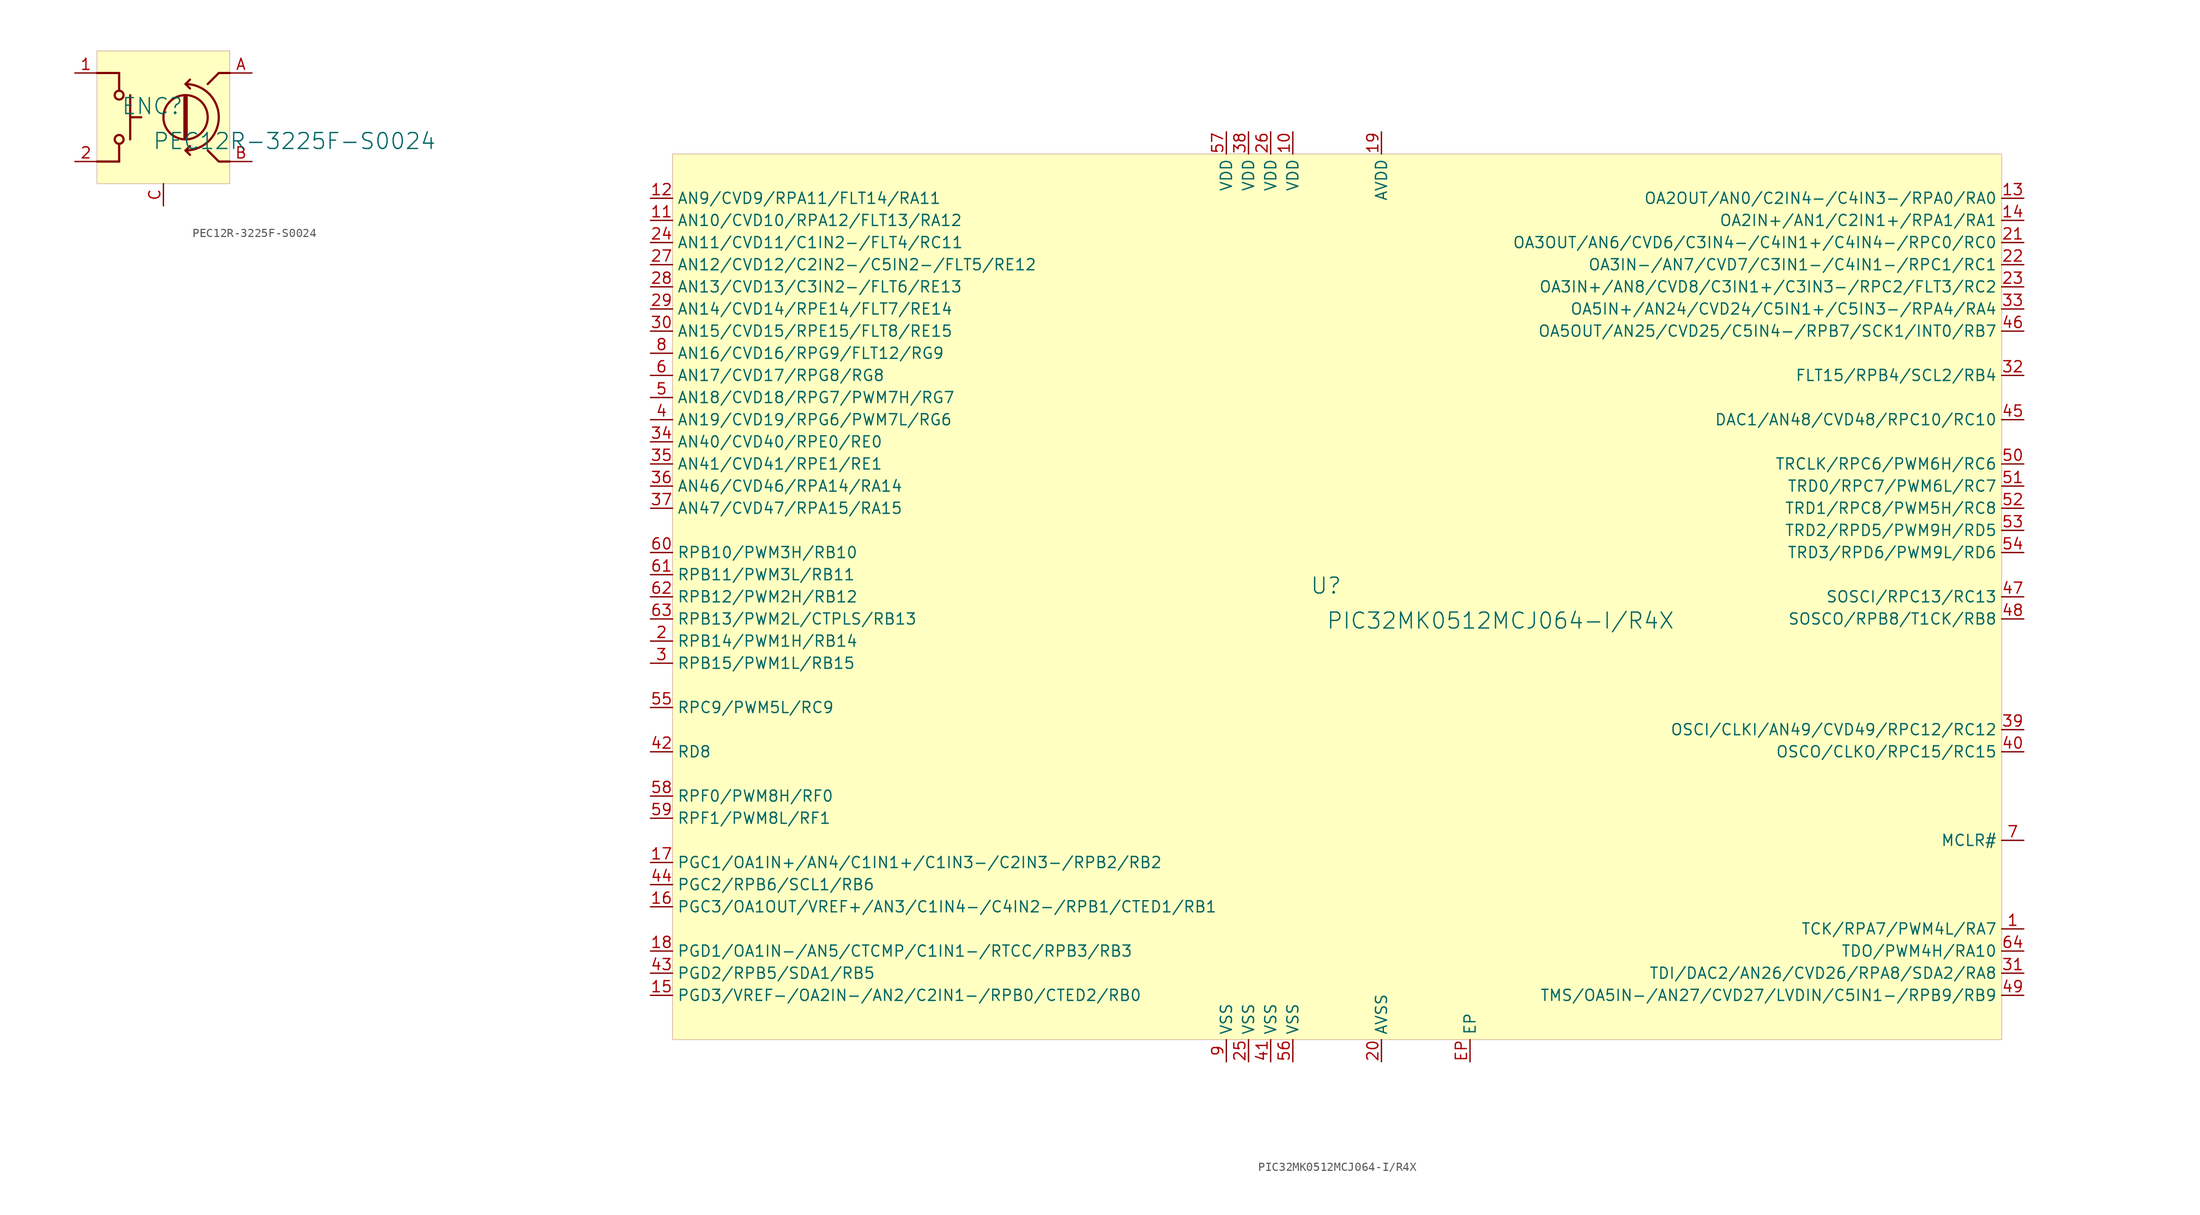
<source format=kicad_sym>
(kicad_symbol_lib
  (version 20231120)
  (generator "kicad_symbol_editor")
  (generator_version "8.0")
  (symbol "PEC12R-3225F-S0024"
    (property "Reference" "ENC"
      (at -1.27 1.27 0)
      (effects (font (size 1.829 1.829))))
    (property "Value" "PEC12R-3225F-S0024"
      (at -1.27 -3.81 0)
      (effects (font (size 1.829 1.829)) (justify left bottom)))
    (symbol "PEC12R-3225F-S0024_1_0"
      (circle (center -5.08 -2.54) (radius 0.508) (stroke (width 0.254) (type solid)) (fill (type none)))
      (circle (center -5.08 2.54) (radius 0.508) (stroke (width 0.254) (type solid)) (fill (type none)))
      (polyline (pts (xy -5.08 -5.08) (xy -7.62 -5.08)) (stroke (width 0.254) (type solid)) (fill (type none)))
      (polyline (pts (xy -5.08 -3.048) (xy -5.08 -5.08)) (stroke (width 0.254) (type solid)) (fill (type none)))
      (polyline (pts (xy -5.08 5.08) (xy -7.62 5.08)) (stroke (width 0.254) (type solid)) (fill (type none)))
      (polyline (pts (xy -5.08 5.08) (xy -5.08 3.048)) (stroke (width 0.254) (type solid)) (fill (type none)))
      (polyline (pts (xy -3.81 0) (xy -2.54 0)) (stroke (width 0.254) (type solid)) (fill (type none)))
      (polyline (pts (xy -3.81 2.54) (xy -3.81 -2.54)) (stroke (width 0.254) (type solid)) (fill (type none)))
      (polyline (pts (xy 2.54 -3.81) (xy 3.048 -3.302)) (stroke (width 0.254) (type solid)) (fill (type none)))
      (polyline (pts (xy 2.54 2.286) (xy 2.54 -2.286)) (stroke (width 0.508) (type solid)) (fill (type none)))
      (polyline (pts (xy 2.54 3.81) (xy 3.048 3.302)) (stroke (width 0.254) (type solid)) (fill (type none)))
      (polyline (pts (xy 2.54 3.81) (xy 3.048 4.318)) (stroke (width 0.254) (type solid)) (fill (type none)))
      (polyline (pts (xy 3.048 -4.318) (xy 2.54 -3.81)) (stroke (width 0.254) (type solid)) (fill (type none)))
      (polyline (pts (xy 6.35 5.08) (xy 5.08 3.81)) (stroke (width 0.254) (type solid)) (fill (type none)))
      (polyline (pts (xy 7.62 5.08) (xy 6.35 5.08)) (stroke (width 0.254) (type solid)) (fill (type none)))
      (polyline (pts (xy 7.62 -5.08) (xy 6.35 -5.08) (xy 5.08 -3.81)) (stroke (width 0.254) (type solid)) (fill (type none)))
      (arc (start 2.54 -3.81) (mid 6.35 0) (end 2.54 3.81) (stroke (width 0.254) (type solid)) (fill (type none)))
      (circle (center 2.54 0) (radius 2.54) (stroke (width 0.254) (type solid)) (fill (type none)))
      (rectangle (start 7.62 7.62) (end -7.62 -7.62) (stroke (width 0.025) (type solid) (color 128 0 0 1)) (fill (type background)))
      (pin passive line (at -10.16 5.08 0) (length 2.54) (name "1" (effects (font (size 0 0)))) (number "1" (effects (font (size 1.27 1.27)))))
      (pin passive line (at -10.16 -5.08 0) (length 2.54) (name "2" (effects (font (size 0 0)))) (number "2" (effects (font (size 1.27 1.27)))))
      (pin output line (at 10.16 5.08 180) (length 2.54) (name "A" (effects (font (size 0 0)))) (number "A" (effects (font (size 1.27 1.27)))))
      (pin output line (at 10.16 -5.08 180) (length 2.54) (name "B" (effects (font (size 0 0)))) (number "B" (effects (font (size 1.27 1.27)))))
      (pin power_in line (at 0 -10.16 90) (length 2.54) (name "GND" (effects (font (size 0 0)))) (number "C" (effects (font (size 1.27 1.27)))))))
  (symbol "PIC32MK0512MCJ064-I/R4X"
    (property "Reference" "U"
      (at -1.27 1.27 0)
      (effects (font (size 1.829 1.829))))
    (property "Value" "PIC32MK0512MCJ064-I/R4X"
      (at -1.27 -3.81 0)
      (effects (font (size 1.829 1.829)) (justify left bottom)))
    (symbol "PIC32MK0512MCJ064-I/R4X_1_0"
      (rectangle (start 76.2 50.8) (end -76.2 -50.8) (stroke (width 0.025) (type solid) (color 128 0 0 1)) (fill (type background)))
      (pin passive line (at 78.74 -38.1 180) (length 2.54) (name "TCK/RPA7/PWM4L/RA7" (effects (font (size 1.27 1.27)))) (number "1" (effects (font (size 1.27 1.27)))))
      (pin power_in line (at -5.08 53.34 270) (length 2.54) (name "VDD" (effects (font (size 1.27 1.27)))) (number "10" (effects (font (size 1.27 1.27)))))
      (pin passive line (at -78.74 43.18 0) (length 2.54) (name "AN10/CVD10/RPA12/FLT13/RA12" (effects (font (size 1.27 1.27)))) (number "11" (effects (font (size 1.27 1.27)))))
      (pin passive line (at -78.74 45.72 0) (length 2.54) (name "AN9/CVD9/RPA11/FLT14/RA11" (effects (font (size 1.27 1.27)))) (number "12" (effects (font (size 1.27 1.27)))))
      (pin passive line (at 78.74 45.72 180) (length 2.54) (name "OA2OUT/AN0/C2IN4-/C4IN3-/RPA0/RA0" (effects (font (size 1.27 1.27)))) (number "13" (effects (font (size 1.27 1.27)))))
      (pin passive line (at 78.74 43.18 180) (length 2.54) (name "OA2IN+/AN1/C2IN1+/RPA1/RA1" (effects (font (size 1.27 1.27)))) (number "14" (effects (font (size 1.27 1.27)))))
      (pin passive line (at -78.74 -45.72 0) (length 2.54) (name "PGD3/VREF-/OA2IN-/AN2/C2IN1-/RPB0/CTED2/RB0" (effects (font (size 1.27 1.27)))) (number "15" (effects (font (size 1.27 1.27)))))
      (pin passive line (at -78.74 -35.56 0) (length 2.54) (name "PGC3/OA1OUT/VREF+/AN3/C1IN4-/C4IN2-/RPB1/CTED1/RB1" (effects (font (size 1.27 1.27)))) (number "16" (effects (font (size 1.27 1.27)))))
      (pin passive line (at -78.74 -30.48 0) (length 2.54) (name "PGC1/OA1IN+/AN4/C1IN1+/C1IN3-/C2IN3-/RPB2/RB2" (effects (font (size 1.27 1.27)))) (number "17" (effects (font (size 1.27 1.27)))))
      (pin passive line (at -78.74 -40.64 0) (length 2.54) (name "PGD1/OA1IN-/AN5/CTCMP/C1IN1-/RTCC/RPB3/RB3" (effects (font (size 1.27 1.27)))) (number "18" (effects (font (size 1.27 1.27)))))
      (pin power_in line (at 5.08 53.34 270) (length 2.54) (name "AVDD" (effects (font (size 1.27 1.27)))) (number "19" (effects (font (size 1.27 1.27)))))
      (pin passive line (at -78.74 -5.08 0) (length 2.54) (name "RPB14/PWM1H/RB14" (effects (font (size 1.27 1.27)))) (number "2" (effects (font (size 1.27 1.27)))))
      (pin power_in line (at 5.08 -53.34 90) (length 2.54) (name "AVSS" (effects (font (size 1.27 1.27)))) (number "20" (effects (font (size 1.27 1.27)))))
      (pin passive line (at 78.74 40.64 180) (length 2.54) (name "OA3OUT/AN6/CVD6/C3IN4-/C4IN1+/C4IN4-/RPC0/RC0" (effects (font (size 1.27 1.27)))) (number "21" (effects (font (size 1.27 1.27)))))
      (pin passive line (at 78.74 38.1 180) (length 2.54) (name "OA3IN-/AN7/CVD7/C3IN1-/C4IN1-/RPC1/RC1" (effects (font (size 1.27 1.27)))) (number "22" (effects (font (size 1.27 1.27)))))
      (pin passive line (at 78.74 35.56 180) (length 2.54) (name "OA3IN+/AN8/CVD8/C3IN1+/C3IN3-/RPC2/FLT3/RC2" (effects (font (size 1.27 1.27)))) (number "23" (effects (font (size 1.27 1.27)))))
      (pin passive line (at -78.74 40.64 0) (length 2.54) (name "AN11/CVD11/C1IN2-/FLT4/RC11" (effects (font (size 1.27 1.27)))) (number "24" (effects (font (size 1.27 1.27)))))
      (pin power_in line (at -10.16 -53.34 90) (length 2.54) (name "VSS" (effects (font (size 1.27 1.27)))) (number "25" (effects (font (size 1.27 1.27)))))
      (pin power_in line (at -7.62 53.34 270) (length 2.54) (name "VDD" (effects (font (size 1.27 1.27)))) (number "26" (effects (font (size 1.27 1.27)))))
      (pin passive line (at -78.74 38.1 0) (length 2.54) (name "AN12/CVD12/C2IN2-/C5IN2-/FLT5/RE12" (effects (font (size 1.27 1.27)))) (number "27" (effects (font (size 1.27 1.27)))))
      (pin passive line (at -78.74 35.56 0) (length 2.54) (name "AN13/CVD13/C3IN2-/FLT6/RE13" (effects (font (size 1.27 1.27)))) (number "28" (effects (font (size 1.27 1.27)))))
      (pin passive line (at -78.74 33.02 0) (length 2.54) (name "AN14/CVD14/RPE14/FLT7/RE14" (effects (font (size 1.27 1.27)))) (number "29" (effects (font (size 1.27 1.27)))))
      (pin passive line (at -78.74 -7.62 0) (length 2.54) (name "RPB15/PWM1L/RB15" (effects (font (size 1.27 1.27)))) (number "3" (effects (font (size 1.27 1.27)))))
      (pin passive line (at -78.74 30.48 0) (length 2.54) (name "AN15/CVD15/RPE15/FLT8/RE15" (effects (font (size 1.27 1.27)))) (number "30" (effects (font (size 1.27 1.27)))))
      (pin passive line (at 78.74 -43.18 180) (length 2.54) (name "TDI/DAC2/AN26/CVD26/RPA8/SDA2/RA8" (effects (font (size 1.27 1.27)))) (number "31" (effects (font (size 1.27 1.27)))))
      (pin passive line (at 78.74 25.4 180) (length 2.54) (name "FLT15/RPB4/SCL2/RB4" (effects (font (size 1.27 1.27)))) (number "32" (effects (font (size 1.27 1.27)))))
      (pin passive line (at 78.74 33.02 180) (length 2.54) (name "OA5IN+/AN24/CVD24/C5IN1+/C5IN3-/RPA4/RA4" (effects (font (size 1.27 1.27)))) (number "33" (effects (font (size 1.27 1.27)))))
      (pin passive line (at -78.74 17.78 0) (length 2.54) (name "AN40/CVD40/RPE0/RE0" (effects (font (size 1.27 1.27)))) (number "34" (effects (font (size 1.27 1.27)))))
      (pin passive line (at -78.74 15.24 0) (length 2.54) (name "AN41/CVD41/RPE1/RE1" (effects (font (size 1.27 1.27)))) (number "35" (effects (font (size 1.27 1.27)))))
      (pin passive line (at -78.74 12.7 0) (length 2.54) (name "AN46/CVD46/RPA14/RA14" (effects (font (size 1.27 1.27)))) (number "36" (effects (font (size 1.27 1.27)))))
      (pin passive line (at -78.74 10.16 0) (length 2.54) (name "AN47/CVD47/RPA15/RA15" (effects (font (size 1.27 1.27)))) (number "37" (effects (font (size 1.27 1.27)))))
      (pin power_in line (at -10.16 53.34 270) (length 2.54) (name "VDD" (effects (font (size 1.27 1.27)))) (number "38" (effects (font (size 1.27 1.27)))))
      (pin passive line (at 78.74 -15.24 180) (length 2.54) (name "OSCI/CLKI/AN49/CVD49/RPC12/RC12" (effects (font (size 1.27 1.27)))) (number "39" (effects (font (size 1.27 1.27)))))
      (pin passive line (at -78.74 20.32 0) (length 2.54) (name "AN19/CVD19/RPG6/PWM7L/RG6" (effects (font (size 1.27 1.27)))) (number "4" (effects (font (size 1.27 1.27)))))
      (pin passive line (at 78.74 -17.78 180) (length 2.54) (name "OSCO/CLKO/RPC15/RC15" (effects (font (size 1.27 1.27)))) (number "40" (effects (font (size 1.27 1.27)))))
      (pin power_in line (at -7.62 -53.34 90) (length 2.54) (name "VSS" (effects (font (size 1.27 1.27)))) (number "41" (effects (font (size 1.27 1.27)))))
      (pin passive line (at -78.74 -17.78 0) (length 2.54) (name "RD8" (effects (font (size 1.27 1.27)))) (number "42" (effects (font (size 1.27 1.27)))))
      (pin passive line (at -78.74 -43.18 0) (length 2.54) (name "PGD2/RPB5/SDA1/RB5" (effects (font (size 1.27 1.27)))) (number "43" (effects (font (size 1.27 1.27)))))
      (pin passive line (at -78.74 -33.02 0) (length 2.54) (name "PGC2/RPB6/SCL1/RB6" (effects (font (size 1.27 1.27)))) (number "44" (effects (font (size 1.27 1.27)))))
      (pin passive line (at 78.74 20.32 180) (length 2.54) (name "DAC1/AN48/CVD48/RPC10/RC10" (effects (font (size 1.27 1.27)))) (number "45" (effects (font (size 1.27 1.27)))))
      (pin passive line (at 78.74 30.48 180) (length 2.54) (name "OA5OUT/AN25/CVD25/C5IN4-/RPB7/SCK1/INT0/RB7" (effects (font (size 1.27 1.27)))) (number "46" (effects (font (size 1.27 1.27)))))
      (pin passive line (at 78.74 0 180) (length 2.54) (name "SOSCI/RPC13/RC13" (effects (font (size 1.27 1.27)))) (number "47" (effects (font (size 1.27 1.27)))))
      (pin passive line (at 78.74 -2.54 180) (length 2.54) (name "SOSCO/RPB8/T1CK/RB8" (effects (font (size 1.27 1.27)))) (number "48" (effects (font (size 1.27 1.27)))))
      (pin passive line (at 78.74 -45.72 180) (length 2.54) (name "TMS/OA5IN-/AN27/CVD27/LVDIN/C5IN1-/RPB9/RB9" (effects (font (size 1.27 1.27)))) (number "49" (effects (font (size 1.27 1.27)))))
      (pin passive line (at -78.74 22.86 0) (length 2.54) (name "AN18/CVD18/RPG7/PWM7H/RG7" (effects (font (size 1.27 1.27)))) (number "5" (effects (font (size 1.27 1.27)))))
      (pin passive line (at 78.74 15.24 180) (length 2.54) (name "TRCLK/RPC6/PWM6H/RC6" (effects (font (size 1.27 1.27)))) (number "50" (effects (font (size 1.27 1.27)))))
      (pin passive line (at 78.74 12.7 180) (length 2.54) (name "TRD0/RPC7/PWM6L/RC7" (effects (font (size 1.27 1.27)))) (number "51" (effects (font (size 1.27 1.27)))))
      (pin passive line (at 78.74 10.16 180) (length 2.54) (name "TRD1/RPC8/PWM5H/RC8" (effects (font (size 1.27 1.27)))) (number "52" (effects (font (size 1.27 1.27)))))
      (pin passive line (at 78.74 7.62 180) (length 2.54) (name "TRD2/RPD5/PWM9H/RD5" (effects (font (size 1.27 1.27)))) (number "53" (effects (font (size 1.27 1.27)))))
      (pin passive line (at 78.74 5.08 180) (length 2.54) (name "TRD3/RPD6/PWM9L/RD6" (effects (font (size 1.27 1.27)))) (number "54" (effects (font (size 1.27 1.27)))))
      (pin passive line (at -78.74 -12.7 0) (length 2.54) (name "RPC9/PWM5L/RC9" (effects (font (size 1.27 1.27)))) (number "55" (effects (font (size 1.27 1.27)))))
      (pin power_in line (at -5.08 -53.34 90) (length 2.54) (name "VSS" (effects (font (size 1.27 1.27)))) (number "56" (effects (font (size 1.27 1.27)))))
      (pin power_in line (at -12.7 53.34 270) (length 2.54) (name "VDD" (effects (font (size 1.27 1.27)))) (number "57" (effects (font (size 1.27 1.27)))))
      (pin passive line (at -78.74 -22.86 0) (length 2.54) (name "RPF0/PWM8H/RF0" (effects (font (size 1.27 1.27)))) (number "58" (effects (font (size 1.27 1.27)))))
      (pin passive line (at -78.74 -25.4 0) (length 2.54) (name "RPF1/PWM8L/RF1" (effects (font (size 1.27 1.27)))) (number "59" (effects (font (size 1.27 1.27)))))
      (pin passive line (at -78.74 25.4 0) (length 2.54) (name "AN17/CVD17/RPG8/RG8" (effects (font (size 1.27 1.27)))) (number "6" (effects (font (size 1.27 1.27)))))
      (pin passive line (at -78.74 5.08 0) (length 2.54) (name "RPB10/PWM3H/RB10" (effects (font (size 1.27 1.27)))) (number "60" (effects (font (size 1.27 1.27)))))
      (pin passive line (at -78.74 2.54 0) (length 2.54) (name "RPB11/PWM3L/RB11" (effects (font (size 1.27 1.27)))) (number "61" (effects (font (size 1.27 1.27)))))
      (pin passive line (at -78.74 0 0) (length 2.54) (name "RPB12/PWM2H/RB12" (effects (font (size 1.27 1.27)))) (number "62" (effects (font (size 1.27 1.27)))))
      (pin passive line (at -78.74 -2.54 0) (length 2.54) (name "RPB13/PWM2L/CTPLS/RB13" (effects (font (size 1.27 1.27)))) (number "63" (effects (font (size 1.27 1.27)))))
      (pin passive line (at 78.74 -40.64 180) (length 2.54) (name "TDO/PWM4H/RA10" (effects (font (size 1.27 1.27)))) (number "64" (effects (font (size 1.27 1.27)))))
      (pin passive line (at 78.74 -27.94 180) (length 2.54) (name "MCLR#" (effects (font (size 1.27 1.27)))) (number "7" (effects (font (size 1.27 1.27)))))
      (pin passive line (at -78.74 27.94 0) (length 2.54) (name "AN16/CVD16/RPG9/FLT12/RG9" (effects (font (size 1.27 1.27)))) (number "8" (effects (font (size 1.27 1.27)))))
      (pin power_in line (at -12.7 -53.34 90) (length 2.54) (name "VSS" (effects (font (size 1.27 1.27)))) (number "9" (effects (font (size 1.27 1.27)))))
      (pin power_in line (at 15.24 -53.34 90) (length 2.54) (name "EP" (effects (font (size 1.27 1.27)))) (number "EP" (effects (font (size 1.27 1.27))))))))
</source>
